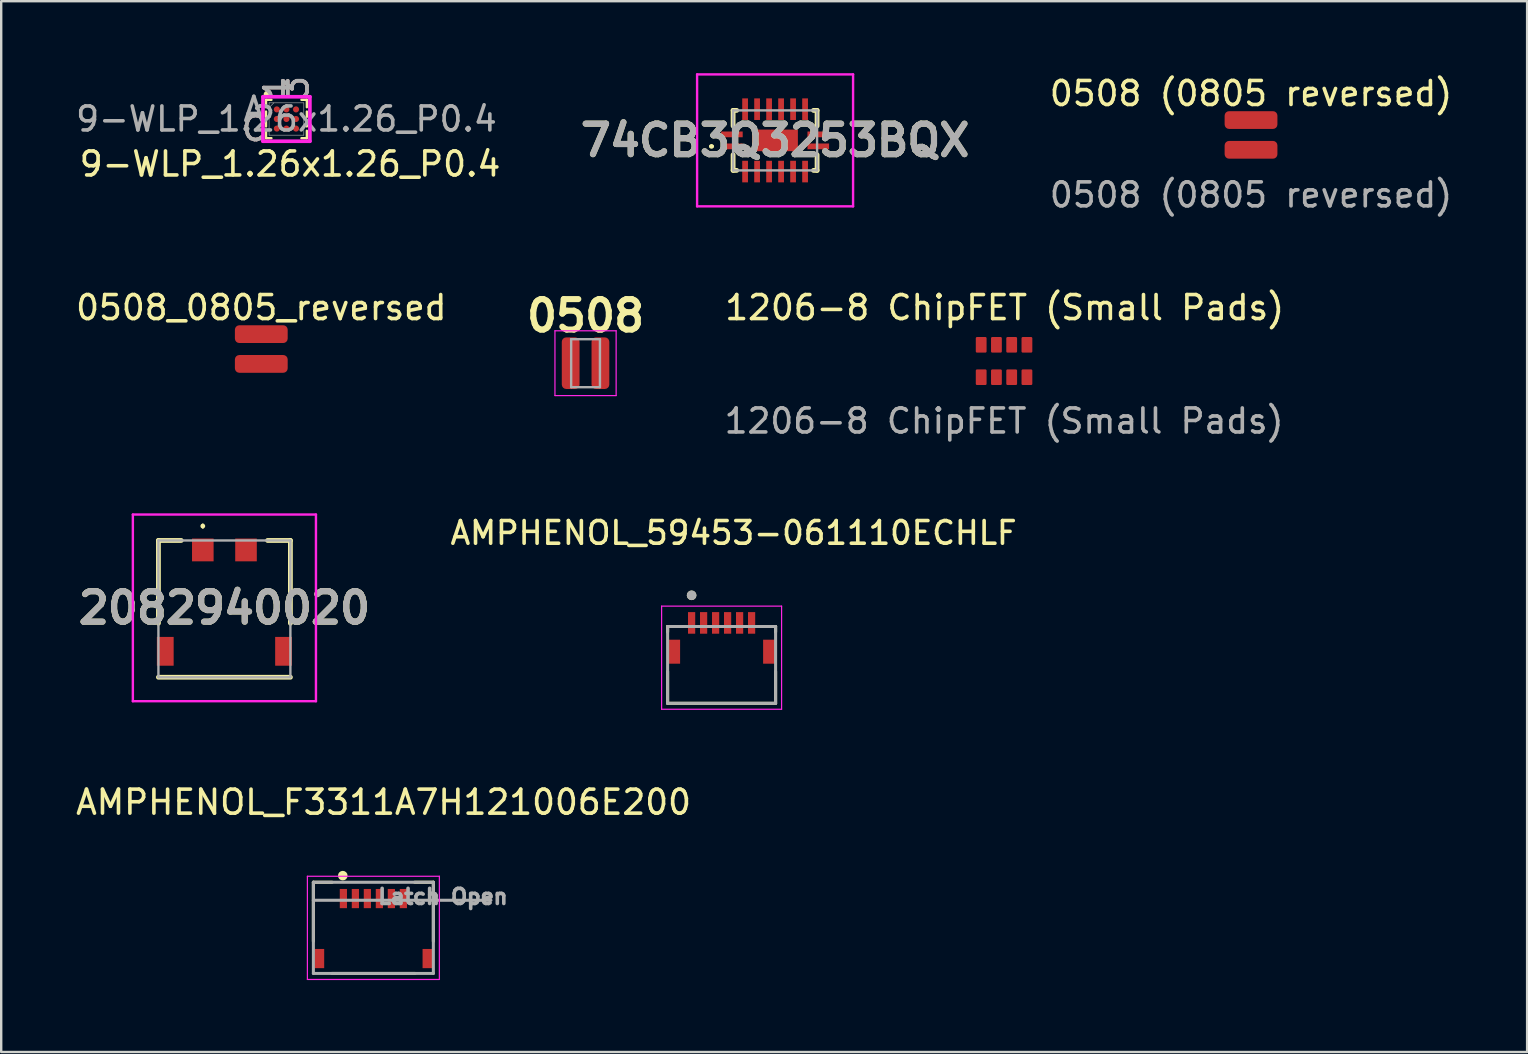
<source format=kicad_pcb>
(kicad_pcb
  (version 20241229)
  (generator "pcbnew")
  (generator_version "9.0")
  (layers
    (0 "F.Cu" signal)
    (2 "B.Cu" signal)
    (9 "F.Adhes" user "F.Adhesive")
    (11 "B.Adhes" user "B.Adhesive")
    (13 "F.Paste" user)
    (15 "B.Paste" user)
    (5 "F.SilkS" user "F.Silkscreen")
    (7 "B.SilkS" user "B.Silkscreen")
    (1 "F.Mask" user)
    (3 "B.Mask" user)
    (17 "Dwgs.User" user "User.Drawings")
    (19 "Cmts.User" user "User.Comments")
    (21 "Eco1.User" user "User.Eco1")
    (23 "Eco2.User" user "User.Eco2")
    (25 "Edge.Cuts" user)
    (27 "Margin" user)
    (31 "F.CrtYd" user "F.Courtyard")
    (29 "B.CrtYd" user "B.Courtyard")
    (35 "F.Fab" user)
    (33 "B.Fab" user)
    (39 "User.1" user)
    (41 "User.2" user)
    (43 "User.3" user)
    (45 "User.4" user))
  (footprint "2082940020"
    (layer "F.Cu")
    (at 6.302 22.323)
    (property "Reference" "2082940020" (at 0 -0.04 0) (layer "F.SilkS") (effects (font (size 1.27 1.27) (thickness 0.254))))
    (attr smd)
    (fp_line (start -2.75 -2.85) (end -2.75 0.6) (stroke (width 0.2) (type solid)) (layer "F.SilkS"))
    (fp_line (start -2.75 2.85) (end 2.75 2.85) (stroke (width 0.2) (type solid)) (layer "F.SilkS"))
    (fp_line (start -1.8 -2.85) (end -2.75 -2.85) (stroke (width 0.2) (type solid)) (layer "F.SilkS"))
    (fp_line (start -0.9 -3.5) (end -0.9 -3.5) (stroke (width 0.1) (type solid)) (layer "F.SilkS"))
    (fp_line (start -0.9 -3.4) (end -0.9 -3.4) (stroke (width 0.1) (type solid)) (layer "F.SilkS"))
    (fp_line (start 2.75 -2.85) (end 1.8 -2.85) (stroke (width 0.2) (type solid)) (layer "F.SilkS"))
    (fp_line (start 2.75 0.6) (end 2.75 -2.85) (stroke (width 0.2) (type solid)) (layer "F.SilkS"))
    (fp_arc (start -0.9 -3.5) (mid -0.85 -3.45) (end -0.9 -3.4) (stroke (width 0.1) (type solid)) (layer "F.SilkS"))
    (fp_arc (start -0.9 -3.4) (mid -0.95 -3.45) (end -0.9 -3.5) (stroke (width 0.1) (type solid)) (layer "F.SilkS"))
    (fp_line (start -3.815 -3.93) (end 3.815 -3.93) (stroke (width 0.1) (type solid)) (layer "F.CrtYd"))
    (fp_line (start -3.815 3.85) (end -3.815 -3.93) (stroke (width 0.1) (type solid)) (layer "F.CrtYd"))
    (fp_line (start 3.815 -3.93) (end 3.815 3.85) (stroke (width 0.1) (type solid)) (layer "F.CrtYd"))
    (fp_line (start 3.815 3.85) (end -3.815 3.85) (stroke (width 0.1) (type solid)) (layer "F.CrtYd"))
    (fp_line (start -2.75 -2.85) (end -2.75 2.85) (stroke (width 0.1) (type solid)) (layer "F.Fab"))
    (fp_line (start -2.75 2.85) (end 2.75 2.85) (stroke (width 0.1) (type solid)) (layer "F.Fab"))
    (fp_line (start 2.75 -2.85) (end -2.75 -2.85) (stroke (width 0.1) (type solid)) (layer "F.Fab"))
    (fp_line (start 2.75 2.85) (end 2.75 -2.85) (stroke (width 0.1) (type solid)) (layer "F.Fab"))
    (fp_text user "${REFERENCE}" (at 0 -0.04 0) (layer "F.Fab") (effects (font (size 1.27 1.27) (thickness 0.254))))
    (pad "1" smd rect (at -0.9 -2.455) (size 0.9 0.95) (layers "F.Cu" "F.Mask" "F.Paste"))
    (pad "2" smd rect (at 0.9 -2.455) (size 0.9 0.95) (layers "F.Cu" "F.Mask" "F.Paste"))
    (pad "MP1" smd rect (at -2.465 1.77) (size 0.7 1.2) (layers "F.Cu" "F.Mask" "F.Paste"))
    (pad "MP2" smd rect (at 2.465 1.77) (size 0.7 1.2) (layers "F.Cu" "F.Mask" "F.Paste")))
  (footprint "1206-8 ChipFET (Small Pads)"
    (layer "F.Cu")
    (at 38.793 11.995)
    (property "Reference" "1206-8 ChipFET (Small Pads)" (at 0.025 -2.225 0) (unlocked yes) (layer "F.SilkS") (effects (font (size 1 1) (thickness 0.15))))
    (attr smd)
    (fp_rect (start -1.6 -1.1) (end 1.6 1.1) (stroke (width 0.1) (type solid)) (fill no) (layer "Margin"))
    (fp_text user "${REFERENCE}" (at 0 2.5 0) (unlocked yes) (layer "F.Fab") (effects (font (size 1 1) (thickness 0.15))))
    (pad "1" smd roundrect (at -0.953 0.675) (size 0.45 0.65) (layers "F.Cu" "F.Mask" "F.Paste") (roundrect_rratio 0.111))
    (pad "2" smd roundrect (at -0.318 0.675) (size 0.45 0.65) (layers "F.Cu" "F.Mask" "F.Paste") (roundrect_rratio 0.111))
    (pad "3" smd roundrect (at 0.318 0.675) (size 0.45 0.65) (layers "F.Cu" "F.Mask" "F.Paste") (roundrect_rratio 0.111))
    (pad "4" smd roundrect (at 0.953 0.675) (size 0.45 0.65) (layers "F.Cu" "F.Mask" "F.Paste") (roundrect_rratio 0.111))
    (pad "5" smd roundrect (at 0.953 -0.675) (size 0.45 0.65) (layers "F.Cu" "F.Mask" "F.Paste") (roundrect_rratio 0.111))
    (pad "6" smd roundrect (at 0.318 -0.675) (size 0.45 0.65) (layers "F.Cu" "F.Mask" "F.Paste") (roundrect_rratio 0.111))
    (pad "7" smd roundrect (at -0.318 -0.675) (size 0.45 0.65) (layers "F.Cu" "F.Mask" "F.Paste") (roundrect_rratio 0.111))
    (pad "8" smd roundrect (at -0.953 -0.675) (size 0.45 0.65) (layers "F.Cu" "F.Mask" "F.Paste") (roundrect_rratio 0.111)))
  (footprint "AMPHENOL_59453-061110ECHLF"
    (layer "F.Cu")
    (at 27.022 24.659)
    (property "Reference" "AMPHENOL_59453-061110ECHLF" (at 0.5 -5.5 0) (layer "F.SilkS") (effects (font (size 0.945 0.945) (thickness 0.15))))
    (attr smd)
    (fp_line (start -2.25 -1.6) (end -1.72 -1.6) (stroke (width 0.127) (type solid)) (layer "F.SilkS"))
    (fp_line (start -2.25 -1.37) (end -2.25 -1.6) (stroke (width 0.127) (type solid)) (layer "F.SilkS"))
    (fp_line (start -2.25 1.6) (end -2.25 0.27) (stroke (width 0.127) (type solid)) (layer "F.SilkS"))
    (fp_line (start 1.72 -1.6) (end 2.25 -1.6) (stroke (width 0.127) (type solid)) (layer "F.SilkS"))
    (fp_line (start 2.25 -1.6) (end 2.25 -1.37) (stroke (width 0.127) (type solid)) (layer "F.SilkS"))
    (fp_line (start 2.25 0.27) (end 2.25 1.6) (stroke (width 0.127) (type solid)) (layer "F.SilkS"))
    (fp_line (start 2.25 1.6) (end -2.25 1.6) (stroke (width 0.127) (type solid)) (layer "F.SilkS"))
    (fp_circle (center -1.25 -2.9) (end -1.15 -2.9) (stroke (width 0.2) (type solid)) (fill no) (layer "F.SilkS"))
    (fp_line (start -2.5 -2.45) (end 2.5 -2.45) (stroke (width 0.05) (type solid)) (layer "F.CrtYd"))
    (fp_line (start -2.5 1.85) (end -2.5 -2.45) (stroke (width 0.05) (type solid)) (layer "F.CrtYd"))
    (fp_line (start 2.5 -2.45) (end 2.5 1.85) (stroke (width 0.05) (type solid)) (layer "F.CrtYd"))
    (fp_line (start 2.5 1.85) (end -2.5 1.85) (stroke (width 0.05) (type solid)) (layer "F.CrtYd"))
    (fp_line (start -2.25 -1.6) (end 2.25 -1.6) (stroke (width 0.127) (type solid)) (layer "F.Fab"))
    (fp_line (start -2.25 1.6) (end -2.25 -1.6) (stroke (width 0.127) (type solid)) (layer "F.Fab"))
    (fp_line (start 2.25 -1.6) (end 2.25 1.6) (stroke (width 0.127) (type solid)) (layer "F.Fab"))
    (fp_line (start 2.25 1.6) (end -2.25 1.6) (stroke (width 0.127) (type solid)) (layer "F.Fab"))
    (fp_circle (center -1.25 -2.9) (end -1.15 -2.9) (stroke (width 0.2) (type solid)) (fill no) (layer "F.Fab"))
    (pad "1" smd rect (at -1.25 -1.75) (size 0.3 0.9) (layers "F.Cu" "F.Mask" "F.Paste"))
    (pad "2" smd rect (at -0.75 -1.75) (size 0.3 0.9) (layers "F.Cu" "F.Mask" "F.Paste"))
    (pad "3" smd rect (at -0.25 -1.75) (size 0.3 0.9) (layers "F.Cu" "F.Mask" "F.Paste"))
    (pad "4" smd rect (at 0.25 -1.75) (size 0.3 0.9) (layers "F.Cu" "F.Mask" "F.Paste"))
    (pad "5" smd rect (at 0.75 -1.75) (size 0.3 0.9) (layers "F.Cu" "F.Mask" "F.Paste"))
    (pad "6" smd rect (at 1.25 -1.75) (size 0.3 0.9) (layers "F.Cu" "F.Mask" "F.Paste"))
    (pad "SH1" smd rect (at -1.99 -0.55) (size 0.52 1) (layers "F.Cu" "F.Mask" "F.Paste"))
    (pad "SH2" smd rect (at 1.99 -0.55) (size 0.52 1) (layers "F.Cu" "F.Mask" "F.Paste")))
  (footprint "0508_0805_reversed"
    (layer "F.Cu")
    (at 7.839 11.495)
    (property "Reference" "0508_0805_reversed" (at 0 -1.725 0) (unlocked yes) (layer "F.SilkS") (effects (font (size 1 1) (thickness 0.15))))
    (attr smd)
    (fp_rect (start -1.125 -1) (end 1.125 1) (stroke (width 0.12) (type solid)) (fill no) (layer "Margin"))
    (pad "1" smd roundrect (at 0 -0.62) (size 2.2 0.74) (layers "F.Cu" "F.Mask" "F.Paste") (roundrect_rratio 0.25))
    (pad "2" smd roundrect (at 0 0.62) (size 2.2 0.74) (layers "F.Cu" "F.Mask" "F.Paste") (roundrect_rratio 0.25)))
  (footprint "0508 (0805 reversed)"
    (layer "F.Cu")
    (at 49.085 2.573)
    (property "Reference" "0508 (0805 reversed)" (at 0 -1.725 0) (unlocked yes) (layer "F.SilkS") (effects (font (size 1 1) (thickness 0.15))))
    (attr smd)
    (fp_rect (start -1.125 -1) (end 1.125 1) (stroke (width 0.12) (type solid)) (fill no) (layer "Margin"))
    (fp_text user "${REFERENCE}" (at 0 2.5 0) (unlocked yes) (layer "F.Fab") (effects (font (size 1 1) (thickness 0.15))))
    (pad "1" smd roundrect (at 0 -0.62) (size 2.2 0.74) (layers "F.Cu" "F.Mask" "F.Paste") (roundrect_rratio 0.25))
    (pad "2" smd roundrect (at 0 0.62) (size 2.2 0.74) (layers "F.Cu" "F.Mask" "F.Paste") (roundrect_rratio 0.25)))
  (footprint "9-WLP_1.26x1.26_P0.4"
    (layer "F.Cu")
    (at 8.887 1.909)
    (property "Reference" "9-WLP_1.26x1.26_P0.4" (at 0.15 1.875 0) (unlocked yes) (layer "F.SilkS") (effects (font (size 1 1) (thickness 0.15))))
    (attr smd)
    (fp_line (start -0.851 -0.8) (end -0.851 -0.49) (stroke (width 0.1) (type solid)) (layer "F.SilkS"))
    (fp_line (start -0.851 -0.31) (end -0.851 -0.09) (stroke (width 0.1) (type solid)) (layer "F.SilkS"))
    (fp_line (start -0.851 0.09) (end -0.851 0.31) (stroke (width 0.1) (type solid)) (layer "F.SilkS"))
    (fp_line (start -0.851 0.49) (end -0.851 0.8) (stroke (width 0.1) (type solid)) (layer "F.SilkS"))
    (fp_line (start -0.851 0.8) (end -0.626 0.8) (stroke (width 0.1) (type solid)) (layer "F.SilkS"))
    (fp_line (start -0.626 -0.8) (end -0.851 -0.8) (stroke (width 0.1) (type solid)) (layer "F.SilkS"))
    (fp_line (start 0.626 0.8) (end 0.851 0.8) (stroke (width 0.1) (type solid)) (layer "F.SilkS"))
    (fp_line (start 0.851 -0.8) (end 0.626 -0.8) (stroke (width 0.1) (type solid)) (layer "F.SilkS"))
    (fp_line (start 0.851 -0.49) (end 0.851 -0.8) (stroke (width 0.1) (type solid)) (layer "F.SilkS"))
    (fp_line (start 0.851 -0.09) (end 0.851 -0.31) (stroke (width 0.1) (type solid)) (layer "F.SilkS"))
    (fp_line (start 0.851 0.31) (end 0.851 0.09) (stroke (width 0.1) (type solid)) (layer "F.SilkS"))
    (fp_line (start 0.851 0.8) (end 0.851 0.49) (stroke (width 0.1) (type solid)) (layer "F.SilkS"))
    (fp_circle (center -0.8 -1.025) (end -0.7 -1.025) (stroke (width 0.1) (type solid)) (fill yes) (layer "F.SilkS"))
    (fp_line (start -0.978 -0.927) (end 0.978 -0.927) (stroke (width 0.152) (type solid)) (layer "F.CrtYd"))
    (fp_line (start -0.978 0.927) (end -0.978 -0.927) (stroke (width 0.152) (type solid)) (layer "F.CrtYd"))
    (fp_line (start 0.978 -0.927) (end 0.978 0.927) (stroke (width 0.152) (type solid)) (layer "F.CrtYd"))
    (fp_line (start 0.978 0.927) (end -0.978 0.927) (stroke (width 0.152) (type solid)) (layer "F.CrtYd"))
    (fp_line (start -0.724 -0.673) (end -0.724 0.673) (stroke (width 0.025) (type solid)) (layer "F.Fab"))
    (fp_line (start -0.724 0.673) (end 0.724 0.673) (stroke (width 0.025) (type solid)) (layer "F.Fab"))
    (fp_line (start -0.524 -0.673) (end -0.724 -0.473) (stroke (width 0.025) (type solid)) (layer "F.Fab"))
    (fp_line (start 0.724 -0.673) (end -0.724 -0.673) (stroke (width 0.025) (type solid)) (layer "F.Fab"))
    (fp_line (start 0.724 0.673) (end 0.724 -0.673) (stroke (width 0.025) (type solid)) (layer "F.Fab"))
    (fp_text user "3" (at 0.4 -1.308 90) (unlocked yes) (layer "B.SilkS") (effects (font (size 1 1) (thickness 0.15))))
    (fp_text user "1" (at -0.4 -1.308 90) (unlocked yes) (layer "B.SilkS") (effects (font (size 1 1) (thickness 0.15))))
    (fp_text user "C" (at -1.359 0.4 0) (unlocked yes) (layer "B.SilkS") (effects (font (size 1 1) (thickness 0.15))))
    (fp_text user "3" (at 0.4 -1.308 90) (unlocked yes) (layer "F.Fab") (effects (font (size 1 1) (thickness 0.15))))
    (fp_text user "A" (at -1.359 -0.4 0) (unlocked yes) (layer "F.Fab") (effects (font (size 1 1) (thickness 0.15))))
    (fp_text user "${REFERENCE}" (at 0 0 0) (unlocked yes) (layer "F.Fab") (effects (font (size 1 1) (thickness 0.15))))
    (fp_text user "C" (at -1.359 0.4 0) (unlocked yes) (layer "F.Fab") (effects (font (size 1 1) (thickness 0.15))))
    (fp_text user "1" (at -0.4 -1.308 90) (unlocked yes) (layer "F.Fab") (effects (font (size 1 1) (thickness 0.15))))
    (pad "A1" smd circle (at -0.4 -0.4) (size 0.254 0.254) (layers "F.Cu" "F.Mask" "F.Paste"))
    (pad "A2" smd circle (at 0 -0.4) (size 0.254 0.254) (layers "F.Cu" "F.Mask" "F.Paste"))
    (pad "A3" smd circle (at 0.4 -0.4) (size 0.254 0.254) (layers "F.Cu" "F.Mask" "F.Paste"))
    (pad "B1" smd circle (at -0.4 0) (size 0.254 0.254) (layers "F.Cu" "F.Mask" "F.Paste"))
    (pad "B2" smd circle (at 0 0) (size 0.254 0.254) (layers "F.Cu" "F.Mask" "F.Paste"))
    (pad "B3" smd circle (at 0.4 0) (size 0.254 0.254) (layers "F.Cu" "F.Mask" "F.Paste"))
    (pad "C1" smd circle (at -0.4 0.4) (size 0.254 0.254) (layers "F.Cu" "F.Mask" "F.Paste"))
    (pad "C2" smd circle (at 0 0.4) (size 0.254 0.254) (layers "F.Cu" "F.Mask" "F.Paste"))
    (pad "C3" smd circle (at 0.4 0.4) (size 0.254 0.254) (layers "F.Cu" "F.Mask" "F.Paste")))
  (footprint "74CB3Q3253BQX"
    (layer "F.Cu")
    (at 29.251 2.8)
    (property "Reference" "74CB3Q3253BQX" (at 0 0 0) (layer "F.SilkS") (effects (font (size 1.27 1.27) (thickness 0.254))))
    (attr smd)
    (fp_line (start -2.7 0.25) (end -2.7 0.25) (stroke (width 0.1) (type solid)) (layer "F.SilkS"))
    (fp_line (start -2.6 0.25) (end -2.6 0.25) (stroke (width 0.1) (type solid)) (layer "F.SilkS"))
    (fp_line (start -1.75 -1.25) (end -1.6 -1.25) (stroke (width 0.2) (type solid)) (layer "F.SilkS"))
    (fp_line (start -1.75 -0.6) (end -1.75 -1.25) (stroke (width 0.2) (type solid)) (layer "F.SilkS"))
    (fp_line (start -1.75 0.6) (end -1.75 1.25) (stroke (width 0.2) (type solid)) (layer "F.SilkS"))
    (fp_line (start -1.75 1.25) (end -1.6 1.25) (stroke (width 0.2) (type solid)) (layer "F.SilkS"))
    (fp_line (start 1.6 -1.25) (end 1.75 -1.25) (stroke (width 0.2) (type solid)) (layer "F.SilkS"))
    (fp_line (start 1.75 -1.25) (end 1.75 -0.6) (stroke (width 0.2) (type solid)) (layer "F.SilkS"))
    (fp_line (start 1.75 0.6) (end 1.75 1.25) (stroke (width 0.2) (type solid)) (layer "F.SilkS"))
    (fp_line (start 1.75 1.25) (end 1.6 1.25) (stroke (width 0.2) (type solid)) (layer "F.SilkS"))
    (fp_arc (start -2.7 0.25) (mid -2.65 0.2) (end -2.6 0.25) (stroke (width 0.1) (type solid)) (layer "F.SilkS"))
    (fp_arc (start -2.6 0.25) (mid -2.65 0.3) (end -2.7 0.25) (stroke (width 0.1) (type solid)) (layer "F.SilkS"))
    (fp_line (start -3.25 -2.75) (end 3.25 -2.75) (stroke (width 0.1) (type solid)) (layer "F.CrtYd"))
    (fp_line (start -3.25 2.75) (end -3.25 -2.75) (stroke (width 0.1) (type solid)) (layer "F.CrtYd"))
    (fp_line (start 3.25 -2.75) (end 3.25 2.75) (stroke (width 0.1) (type solid)) (layer "F.CrtYd"))
    (fp_line (start 3.25 2.75) (end -3.25 2.75) (stroke (width 0.1) (type solid)) (layer "F.CrtYd"))
    (fp_line (start -1.75 -1.25) (end -1.75 1.25) (stroke (width 0.1) (type solid)) (layer "F.Fab"))
    (fp_line (start -1.75 1.25) (end 1.75 1.25) (stroke (width 0.1) (type solid)) (layer "F.Fab"))
    (fp_line (start 1.75 -1.25) (end -1.75 -1.25) (stroke (width 0.1) (type solid)) (layer "F.Fab"))
    (fp_line (start 1.75 1.25) (end 1.75 -1.25) (stroke (width 0.1) (type solid)) (layer "F.Fab"))
    (fp_text user "${REFERENCE}" (at 0 0 0) (layer "F.Fab") (effects (font (size 1.27 1.27) (thickness 0.254))))
    (pad "1" smd rect (at -1.8 0.25 90) (size 0.24 0.9) (layers "F.Cu" "F.Mask" "F.Paste"))
    (pad "2" smd rect (at -1.25 1.3) (size 0.24 0.9) (layers "F.Cu" "F.Mask" "F.Paste"))
    (pad "3" smd rect (at -0.75 1.3) (size 0.24 0.9) (layers "F.Cu" "F.Mask" "F.Paste"))
    (pad "4" smd rect (at -0.25 1.3) (size 0.24 0.9) (layers "F.Cu" "F.Mask" "F.Paste"))
    (pad "5" smd rect (at 0.25 1.3) (size 0.24 0.9) (layers "F.Cu" "F.Mask" "F.Paste"))
    (pad "6" smd rect (at 0.75 1.3) (size 0.24 0.9) (layers "F.Cu" "F.Mask" "F.Paste"))
    (pad "7" smd rect (at 1.25 1.3) (size 0.24 0.9) (layers "F.Cu" "F.Mask" "F.Paste"))
    (pad "8" smd rect (at 1.8 0.25 90) (size 0.24 0.9) (layers "F.Cu" "F.Mask" "F.Paste"))
    (pad "9" smd rect (at 1.8 -0.25 90) (size 0.24 0.9) (layers "F.Cu" "F.Mask" "F.Paste"))
    (pad "10" smd rect (at 1.25 -1.3) (size 0.24 0.9) (layers "F.Cu" "F.Mask" "F.Paste"))
    (pad "11" smd rect (at 0.75 -1.3) (size 0.24 0.9) (layers "F.Cu" "F.Mask" "F.Paste"))
    (pad "12" smd rect (at 0.25 -1.3) (size 0.24 0.9) (layers "F.Cu" "F.Mask" "F.Paste"))
    (pad "13" smd rect (at -0.25 -1.3) (size 0.24 0.9) (layers "F.Cu" "F.Mask" "F.Paste"))
    (pad "14" smd rect (at -0.75 -1.3) (size 0.24 0.9) (layers "F.Cu" "F.Mask" "F.Paste"))
    (pad "15" smd rect (at -1.25 -1.3) (size 0.24 0.9) (layers "F.Cu" "F.Mask" "F.Paste"))
    (pad "16" smd rect (at -1.8 -0.25 90) (size 0.24 0.9) (layers "F.Cu" "F.Mask" "F.Paste"))
    (pad "17" smd rect (at 0 0 90) (size 0.9 1.9) (layers "F.Cu" "F.Mask" "F.Paste")))
  (footprint "0508"
    (layer "F.Cu")
    (at 21.352 12.085)
    (property "Reference" "0508" (at 0 -1.975 0) (layer "F.SilkS") (effects (font (size 1.27 1.27) (thickness 0.254))))
    (attr smd)
    (fp_line (start -1.275 -1.35) (end 1.275 -1.35) (stroke (width 0.05) (type solid)) (layer "F.CrtYd"))
    (fp_line (start -1.275 1.35) (end -1.275 -1.35) (stroke (width 0.05) (type solid)) (layer "F.CrtYd"))
    (fp_line (start 1.275 -1.35) (end 1.275 1.35) (stroke (width 0.05) (type solid)) (layer "F.CrtYd"))
    (fp_line (start 1.275 1.35) (end -1.275 1.35) (stroke (width 0.05) (type solid)) (layer "F.CrtYd"))
    (fp_line (start -0.6 -1) (end 0.6 -1) (stroke (width 0.1) (type solid)) (layer "F.Fab"))
    (fp_line (start -0.6 1) (end -0.6 -1) (stroke (width 0.1) (type solid)) (layer "F.Fab"))
    (fp_line (start 0.6 -1) (end 0.6 1) (stroke (width 0.1) (type solid)) (layer "F.Fab"))
    (fp_line (start 0.6 1) (end -0.6 1) (stroke (width 0.1) (type solid)) (layer "F.Fab"))
    (pad "1" smd roundrect (at -0.62 0) (size 0.74 2.15) (layers "F.Cu" "F.Mask" "F.Paste") (roundrect_rratio 0.25))
    (pad "2" smd roundrect (at 0.62 0) (size 0.74 2.15) (layers "F.Cu" "F.Mask" "F.Paste") (roundrect_rratio 0.25)))
  (footprint "AMPHENOL_F3311A7H121006E200"
    (layer "F.Cu")
    (at 12.51 36.117)
    (property "Reference" "AMPHENOL_F3311A7H121006E200" (at 0.425 -5.735 0) (layer "F.SilkS") (effects (font (size 1 1) (thickness 0.15))))
    (attr smd)
    (fp_line (start -2.5 -2.4) (end -2.5 0.06) (stroke (width 0.127) (type solid)) (layer "F.SilkS"))
    (fp_line (start -2.5 -2.4) (end -1.72 -2.4) (stroke (width 0.127) (type solid)) (layer "F.SilkS"))
    (fp_line (start -1.73 1.4) (end 1.73 1.4) (stroke (width 0.127) (type solid)) (layer "F.SilkS"))
    (fp_line (start 1.72 -2.4) (end 2.5 -2.4) (stroke (width 0.127) (type solid)) (layer "F.SilkS"))
    (fp_line (start 2.5 0.06) (end 2.5 -2.4) (stroke (width 0.127) (type solid)) (layer "F.SilkS"))
    (fp_circle (center -1.275 -2.675) (end -1.175 -2.675) (stroke (width 0.2) (type solid)) (fill no) (layer "F.SilkS"))
    (fp_line (start -2.75 -2.65) (end -2.75 1.65) (stroke (width 0.05) (type solid)) (layer "F.CrtYd"))
    (fp_line (start -2.75 1.65) (end 2.75 1.65) (stroke (width 0.05) (type solid)) (layer "F.CrtYd"))
    (fp_line (start 2.75 -2.65) (end -2.75 -2.65) (stroke (width 0.05) (type solid)) (layer "F.CrtYd"))
    (fp_line (start 2.75 1.65) (end 2.75 -2.65) (stroke (width 0.05) (type solid)) (layer "F.CrtYd"))
    (fp_line (start -2.5 -2.4) (end 2.5 -2.4) (stroke (width 0.127) (type solid)) (layer "F.Fab"))
    (fp_line (start -2.5 -1.65) (end -2.5 -2.4) (stroke (width 0.127) (type solid)) (layer "F.Fab"))
    (fp_line (start -2.5 -1.65) (end -2.5 1.4) (stroke (width 0.127) (type solid)) (layer "F.Fab"))
    (fp_line (start -2.5 1.4) (end 2.5 1.4) (stroke (width 0.127) (type solid)) (layer "F.Fab"))
    (fp_line (start 2.5 -2.4) (end 2.5 -1.65) (stroke (width 0.127) (type solid)) (layer "F.Fab"))
    (fp_line (start 2.5 -1.65) (end -2.5 -1.65) (stroke (width 0.127) (type solid)) (layer "F.Fab"))
    (fp_line (start 2.5 -1.65) (end 4.9 -1.65) (stroke (width 0.127) (type solid)) (layer "F.Fab"))
    (fp_line (start 2.5 1.4) (end 2.5 -1.65) (stroke (width 0.127) (type solid)) (layer "F.Fab"))
    (fp_text user "Latch Open" (at 2.9 -1.8 0) (layer "F.Fab") (effects (font (size 0.63 0.63) (thickness 0.15))))
    (pad "1" smd rect (at -1.25 -1.72) (size 0.3 0.8) (layers "F.Cu" "F.Mask" "F.Paste"))
    (pad "2" smd rect (at -0.75 -1.72) (size 0.3 0.8) (layers "F.Cu" "F.Mask" "F.Paste"))
    (pad "3" smd rect (at -0.25 -1.72) (size 0.3 0.8) (layers "F.Cu" "F.Mask" "F.Paste"))
    (pad "4" smd rect (at 0.25 -1.72) (size 0.3 0.8) (layers "F.Cu" "F.Mask" "F.Paste"))
    (pad "5" smd rect (at 0.75 -1.72) (size 0.3 0.8) (layers "F.Cu" "F.Mask" "F.Paste"))
    (pad "6" smd rect (at 1.25 -1.72) (size 0.3 0.8) (layers "F.Cu" "F.Mask" "F.Paste"))
    (pad "SH1" smd rect (at -2.25 0.78) (size 0.4 0.8) (layers "F.Cu" "F.Mask" "F.Paste"))
    (pad "SH2" smd rect (at 2.25 0.78) (size 0.4 0.8) (layers "F.Cu" "F.Mask" "F.Paste")))
  (gr_rect
    (start -3 -3)
    (end 60.591 40.792)
    (stroke (width 0.1) (type default))
    (fill no)
    (layer "Edge.Cuts")))
</source>
